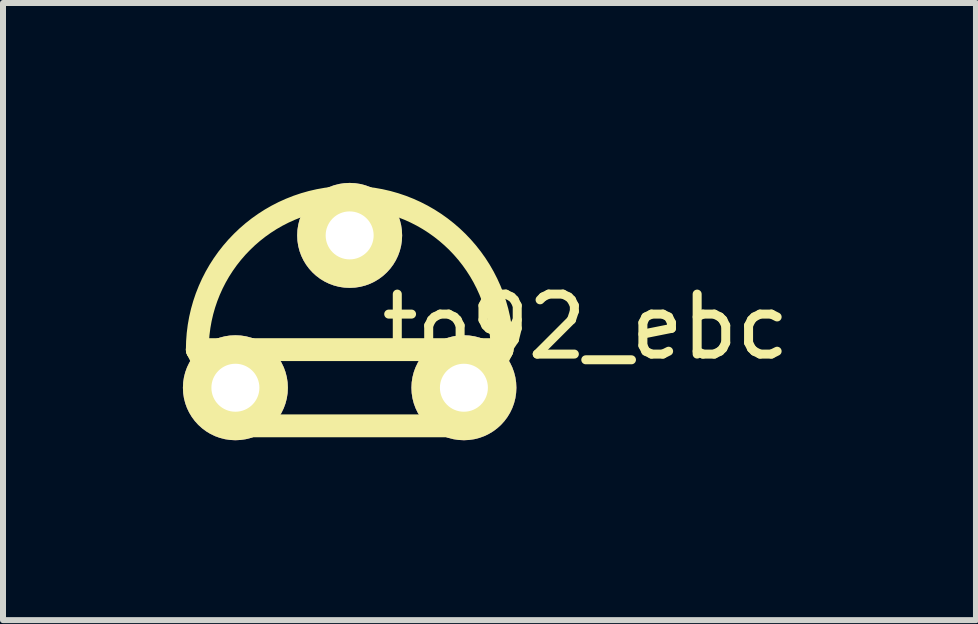
<source format=kicad_pcb>
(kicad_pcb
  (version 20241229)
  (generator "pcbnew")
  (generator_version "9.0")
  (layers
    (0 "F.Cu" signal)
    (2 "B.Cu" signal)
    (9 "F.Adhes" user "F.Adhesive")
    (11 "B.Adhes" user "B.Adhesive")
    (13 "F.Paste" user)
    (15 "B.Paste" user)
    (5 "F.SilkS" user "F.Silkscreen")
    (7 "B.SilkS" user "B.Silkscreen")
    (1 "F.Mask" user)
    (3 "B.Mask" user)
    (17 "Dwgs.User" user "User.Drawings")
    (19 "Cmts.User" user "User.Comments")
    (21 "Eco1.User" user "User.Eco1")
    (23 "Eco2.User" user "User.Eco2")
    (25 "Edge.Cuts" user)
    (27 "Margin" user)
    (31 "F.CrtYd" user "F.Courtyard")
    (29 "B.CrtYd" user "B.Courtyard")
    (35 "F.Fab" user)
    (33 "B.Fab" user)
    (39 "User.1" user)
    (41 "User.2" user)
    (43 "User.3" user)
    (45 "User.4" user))
  (footprint "to92_ebc"
    (layer "F.Cu")
    (at 2.78 2.78)
    (property "Reference" "to92_ebc" (at 3.937 -0.381 0) (layer "F.SilkS") (effects (font (size 1 1) (thickness 0.15))))
    (attr through_hole)
    (fp_line (start -1.905 1.27) (end -2.54 0) (stroke (width 0.381) (type solid)) (layer "F.SilkS"))
    (fp_line (start 1.905 1.27) (end -1.905 1.27) (stroke (width 0.381) (type solid)) (layer "F.SilkS"))
    (fp_line (start 2.54 0) (end -2.54 0) (stroke (width 0.381) (type solid)) (layer "F.SilkS"))
    (fp_line (start 2.54 0) (end 1.905 1.27) (stroke (width 0.381) (type solid)) (layer "F.SilkS"))
    (fp_arc (start -2.54 0) (mid -1.796051 -1.796051) (end 0 -2.54) (stroke (width 0.381) (type solid)) (layer "F.SilkS"))
    (fp_arc (start 0 -2.54) (mid 1.796051 -1.796051) (end 2.54 0) (stroke (width 0.381) (type solid)) (layer "F.SilkS"))
    (pad "1" thru_hole circle (at -1.905 0.635) (size 1.75 1.75) (drill 0.8) (layers "*.Cu" "*.Mask" "F.SilkS"))
    (pad "2" thru_hole circle (at 0 -1.905) (size 1.75 1.75) (drill 0.8) (layers "*.Cu" "*.Mask" "F.SilkS"))
    (pad "3" thru_hole circle (at 1.905 0.635) (size 1.75 1.75) (drill 0.8) (layers "*.Cu" "*.Mask" "F.SilkS")))
  (gr_rect
    (start -3 -3)
    (end 13.223 7.29)
    (stroke (width 0.1) (type default))
    (fill no)
    (layer "Edge.Cuts")))
</source>
